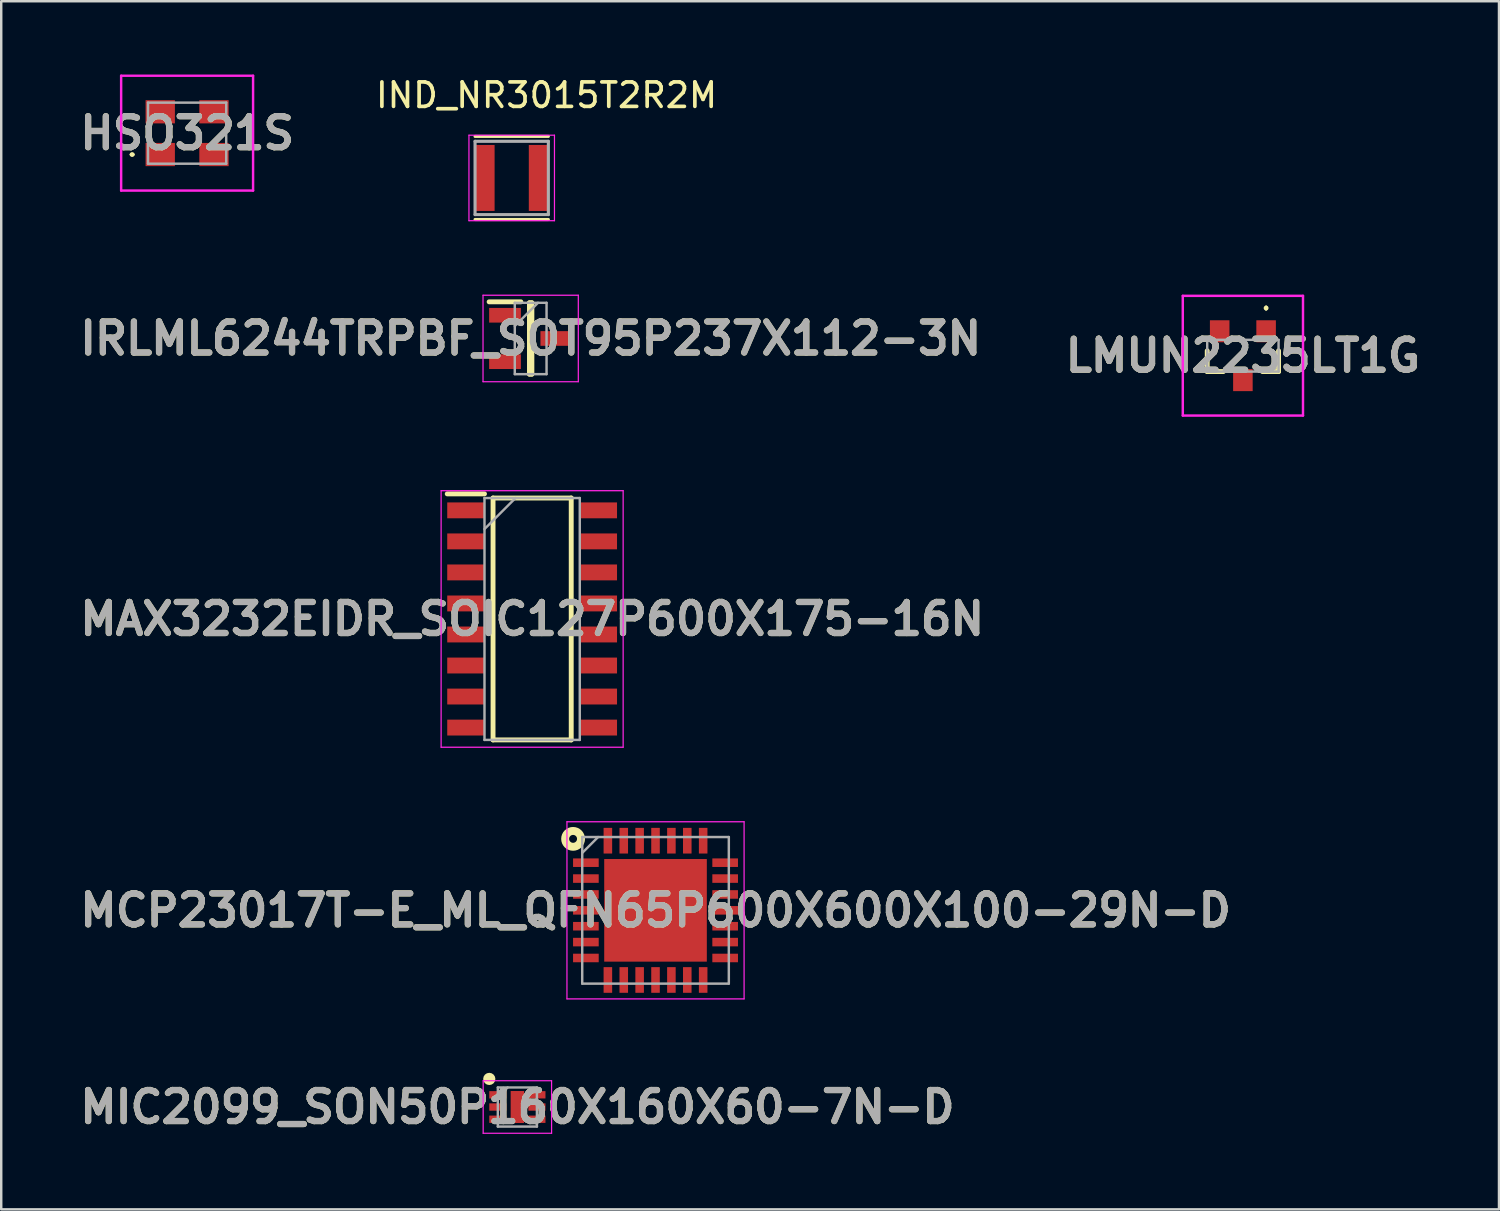
<source format=kicad_pcb>
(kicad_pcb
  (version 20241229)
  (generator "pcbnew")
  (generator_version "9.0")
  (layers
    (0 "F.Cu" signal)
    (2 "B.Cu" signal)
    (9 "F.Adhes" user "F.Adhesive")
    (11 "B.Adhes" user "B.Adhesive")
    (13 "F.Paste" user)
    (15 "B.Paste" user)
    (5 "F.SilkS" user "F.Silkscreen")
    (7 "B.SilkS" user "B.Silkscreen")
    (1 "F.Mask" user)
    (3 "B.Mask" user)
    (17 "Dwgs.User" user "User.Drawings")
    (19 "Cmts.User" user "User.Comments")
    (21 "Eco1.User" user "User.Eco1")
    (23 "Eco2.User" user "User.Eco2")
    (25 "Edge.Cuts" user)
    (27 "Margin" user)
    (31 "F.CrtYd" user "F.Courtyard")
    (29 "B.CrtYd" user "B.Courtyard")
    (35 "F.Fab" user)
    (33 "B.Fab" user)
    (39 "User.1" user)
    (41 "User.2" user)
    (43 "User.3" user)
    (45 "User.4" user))
  (footprint "IND_NR3015T2R2M"
    (layer "F.Cu")
    (at 17.893 4.233)
    (property "Reference" "IND_NR3015T2R2M" (at 1.425 -3.385 0) (layer "F.SilkS") (effects (font (size 1 1) (thickness 0.15))))
    (attr smd)
    (fp_line (start 1.5 -1.7) (end -1.5 -1.7) (stroke (width 0.127) (type solid)) (layer "F.SilkS"))
    (fp_line (start 1.5 1.7) (end -1.5 1.7) (stroke (width 0.127) (type solid)) (layer "F.SilkS"))
    (fp_line (start -1.75 -1.75) (end -1.75 1.75) (stroke (width 0.05) (type solid)) (layer "F.CrtYd"))
    (fp_line (start -1.75 1.75) (end 1.75 1.75) (stroke (width 0.05) (type solid)) (layer "F.CrtYd"))
    (fp_line (start 1.75 -1.75) (end -1.75 -1.75) (stroke (width 0.05) (type solid)) (layer "F.CrtYd"))
    (fp_line (start 1.75 1.75) (end 1.75 -1.75) (stroke (width 0.05) (type solid)) (layer "F.CrtYd"))
    (fp_line (start -1.5 -1.5) (end -1.5 1.5) (stroke (width 0.127) (type solid)) (layer "F.Fab"))
    (fp_line (start -1.5 1.5) (end 1.5 1.5) (stroke (width 0.127) (type solid)) (layer "F.Fab"))
    (fp_line (start 1.5 -1.5) (end -1.5 -1.5) (stroke (width 0.127) (type solid)) (layer "F.Fab"))
    (fp_line (start 1.5 1.5) (end 1.5 -1.5) (stroke (width 0.127) (type solid)) (layer "F.Fab"))
    (pad "1" smd rect (at -1.1 0) (size 0.8 2.7) (layers "F.Cu" "F.Mask" "F.Paste"))
    (pad "2" smd rect (at 1.1 0) (size 0.8 2.7) (layers "F.Cu" "F.Mask" "F.Paste")))
  (footprint "MIC2099_SON50P160X160X60-7N-D"
    (layer "F.Cu")
    (at 18.125 42.258)
    (property "Reference" "MIC2099_SON50P160X160X60-7N-D" (at 0 0 0) (layer "F.SilkS") (effects (font (size 1.27 1.27) (thickness 0.254))))
    (attr smd)
    (fp_circle (center -1.15 -1.15) (end -1.15 -1.025) (stroke (width 0.25) (type solid)) (fill no) (layer "F.SilkS"))
    (fp_line (start -1.4 -1.075) (end 1.4 -1.075) (stroke (width 0.05) (type solid)) (layer "F.CrtYd"))
    (fp_line (start -1.4 1.075) (end -1.4 -1.075) (stroke (width 0.05) (type solid)) (layer "F.CrtYd"))
    (fp_line (start 1.4 -1.075) (end 1.4 1.075) (stroke (width 0.05) (type solid)) (layer "F.CrtYd"))
    (fp_line (start 1.4 1.075) (end -1.4 1.075) (stroke (width 0.05) (type solid)) (layer "F.CrtYd"))
    (fp_line (start -0.8 -0.8) (end 0.8 -0.8) (stroke (width 0.1) (type solid)) (layer "F.Fab"))
    (fp_line (start -0.8 -0.4) (end -0.4 -0.8) (stroke (width 0.1) (type solid)) (layer "F.Fab"))
    (fp_line (start -0.8 0.8) (end -0.8 -0.8) (stroke (width 0.1) (type solid)) (layer "F.Fab"))
    (fp_line (start 0.8 -0.8) (end 0.8 0.8) (stroke (width 0.1) (type solid)) (layer "F.Fab"))
    (fp_line (start 0.8 0.8) (end -0.8 0.8) (stroke (width 0.1) (type solid)) (layer "F.Fab"))
    (fp_text user "${REFERENCE}" (at 0 0 0) (layer "F.Fab") (effects (font (size 1.27 1.27) (thickness 0.254))))
    (pad "1" smd rect (at -0.8 -0.5 90) (size 0.3 0.7) (layers "F.Cu" "F.Mask" "F.Paste"))
    (pad "2" smd rect (at -0.8 0 90) (size 0.3 0.7) (layers "F.Cu" "F.Mask" "F.Paste"))
    (pad "3" smd rect (at -0.8 0.5 90) (size 0.3 0.7) (layers "F.Cu" "F.Mask" "F.Paste"))
    (pad "4" smd rect (at 0.8 0.5 90) (size 0.3 0.7) (layers "F.Cu" "F.Mask" "F.Paste"))
    (pad "5" smd rect (at 0.8 0 90) (size 0.3 0.7) (layers "F.Cu" "F.Mask" "F.Paste"))
    (pad "6" smd rect (at 0.8 -0.5 90) (size 0.3 0.7) (layers "F.Cu" "F.Mask" "F.Paste"))
    (pad "7" smd rect (at 0 0) (size 0.55 1.31) (layers "F.Cu" "F.Mask" "F.Paste")))
  (footprint "LMUN2235LT1G"
    (layer "F.Cu")
    (at 47.819 11.508)
    (property "Reference" "LMUN2235LT1G" (at 0 0 0) (layer "F.SilkS") (effects (font (size 1.27 1.27) (thickness 0.254))))
    (attr smd)
    (fp_line (start -1.46 -0.2) (end -1.46 0.65) (stroke (width 0.2) (type solid)) (layer "F.SilkS"))
    (fp_line (start -1.46 0.65) (end -0.8 0.65) (stroke (width 0.2) (type solid)) (layer "F.SilkS"))
    (fp_line (start 0.95 -2) (end 0.95 -2) (stroke (width 0.1) (type solid)) (layer "F.SilkS"))
    (fp_line (start 0.95 -1.9) (end 0.95 -1.9) (stroke (width 0.1) (type solid)) (layer "F.SilkS"))
    (fp_line (start 1.46 -0.2) (end 1.46 0.65) (stroke (width 0.2) (type solid)) (layer "F.SilkS"))
    (fp_line (start 1.46 0.65) (end 0.8 0.65) (stroke (width 0.2) (type solid)) (layer "F.SilkS"))
    (fp_arc (start 0.95 -2) (mid 1 -1.95) (end 0.95 -1.9) (stroke (width 0.1) (type solid)) (layer "F.SilkS"))
    (fp_arc (start 0.95 -1.9) (mid 0.9 -1.95) (end 0.95 -2) (stroke (width 0.1) (type solid)) (layer "F.SilkS"))
    (fp_line (start -2.46 -2.45) (end 2.46 -2.45) (stroke (width 0.1) (type solid)) (layer "F.CrtYd"))
    (fp_line (start -2.46 2.45) (end -2.46 -2.45) (stroke (width 0.1) (type solid)) (layer "F.CrtYd"))
    (fp_line (start 2.46 -2.45) (end 2.46 2.45) (stroke (width 0.1) (type solid)) (layer "F.CrtYd"))
    (fp_line (start 2.46 2.45) (end -2.46 2.45) (stroke (width 0.1) (type solid)) (layer "F.CrtYd"))
    (fp_line (start -1.46 -0.65) (end 1.46 -0.65) (stroke (width 0.1) (type solid)) (layer "F.Fab"))
    (fp_line (start -1.46 0.65) (end -1.46 -0.65) (stroke (width 0.1) (type solid)) (layer "F.Fab"))
    (fp_line (start 1.46 -0.65) (end 1.46 0.65) (stroke (width 0.1) (type solid)) (layer "F.Fab"))
    (fp_line (start 1.46 0.65) (end -1.46 0.65) (stroke (width 0.1) (type solid)) (layer "F.Fab"))
    (fp_text user "${REFERENCE}" (at 0 0 0) (layer "F.Fab") (effects (font (size 1.27 1.27) (thickness 0.254))))
    (pad "1" smd rect (at 0.95 -1) (size 0.8 0.9) (layers "F.Cu" "F.Mask" "F.Paste"))
    (pad "2" smd rect (at -0.95 -1) (size 0.8 0.9) (layers "F.Cu" "F.Mask" "F.Paste"))
    (pad "3" smd rect (at 0 1) (size 0.8 0.9) (layers "F.Cu" "F.Mask" "F.Paste")))
  (footprint "MCP23017T-E_ML_QFN65P600X600X100-29N-D"
    (layer "F.Cu")
    (at 23.779 34.208)
    (property "Reference" "MCP23017T-E_ML_QFN65P600X600X100-29N-D" (at 0 0 0) (layer "F.SilkS") (effects (font (size 1.27 1.27) (thickness 0.254))))
    (attr smd)
    (fp_circle (center -3.374 -2.925) (end -3.374 -2.763) (stroke (width 0.325) (type solid)) (fill no) (layer "F.SilkS"))
    (fp_line (start -3.625 -3.625) (end 3.625 -3.625) (stroke (width 0.05) (type solid)) (layer "F.CrtYd"))
    (fp_line (start -3.625 3.625) (end -3.625 -3.625) (stroke (width 0.05) (type solid)) (layer "F.CrtYd"))
    (fp_line (start 3.625 -3.625) (end 3.625 3.625) (stroke (width 0.05) (type solid)) (layer "F.CrtYd"))
    (fp_line (start 3.625 3.625) (end -3.625 3.625) (stroke (width 0.05) (type solid)) (layer "F.CrtYd"))
    (fp_line (start -3 -3) (end 3 -3) (stroke (width 0.1) (type solid)) (layer "F.Fab"))
    (fp_line (start -3 -2.35) (end -2.35 -3) (stroke (width 0.1) (type solid)) (layer "F.Fab"))
    (fp_line (start -3 3) (end -3 -3) (stroke (width 0.1) (type solid)) (layer "F.Fab"))
    (fp_line (start 3 -3) (end 3 3) (stroke (width 0.1) (type solid)) (layer "F.Fab"))
    (fp_line (start 3 3) (end -3 3) (stroke (width 0.1) (type solid)) (layer "F.Fab"))
    (fp_text user "${REFERENCE}" (at 0 0 0) (layer "F.Fab") (effects (font (size 1.27 1.27) (thickness 0.254))))
    (pad "1" smd rect (at -2.85 -1.95 90) (size 0.35 1.05) (layers "F.Cu" "F.Mask" "F.Paste"))
    (pad "2" smd rect (at -2.85 -1.3 90) (size 0.35 1.05) (layers "F.Cu" "F.Mask" "F.Paste"))
    (pad "3" smd rect (at -2.85 -0.65 90) (size 0.35 1.05) (layers "F.Cu" "F.Mask" "F.Paste"))
    (pad "4" smd rect (at -2.85 0 90) (size 0.35 1.05) (layers "F.Cu" "F.Mask" "F.Paste"))
    (pad "5" smd rect (at -2.85 0.65 90) (size 0.35 1.05) (layers "F.Cu" "F.Mask" "F.Paste"))
    (pad "6" smd rect (at -2.85 1.3 90) (size 0.35 1.05) (layers "F.Cu" "F.Mask" "F.Paste"))
    (pad "7" smd rect (at -2.85 1.95 90) (size 0.35 1.05) (layers "F.Cu" "F.Mask" "F.Paste"))
    (pad "8" smd rect (at -1.95 2.85) (size 0.35 1.05) (layers "F.Cu" "F.Mask" "F.Paste"))
    (pad "9" smd rect (at -1.3 2.85) (size 0.35 1.05) (layers "F.Cu" "F.Mask" "F.Paste"))
    (pad "10" smd rect (at -0.65 2.85) (size 0.35 1.05) (layers "F.Cu" "F.Mask" "F.Paste"))
    (pad "11" smd rect (at 0 2.85) (size 0.35 1.05) (layers "F.Cu" "F.Mask" "F.Paste"))
    (pad "12" smd rect (at 0.65 2.85) (size 0.35 1.05) (layers "F.Cu" "F.Mask" "F.Paste"))
    (pad "13" smd rect (at 1.3 2.85) (size 0.35 1.05) (layers "F.Cu" "F.Mask" "F.Paste"))
    (pad "14" smd rect (at 1.95 2.85) (size 0.35 1.05) (layers "F.Cu" "F.Mask" "F.Paste"))
    (pad "15" smd rect (at 2.85 1.95 90) (size 0.35 1.05) (layers "F.Cu" "F.Mask" "F.Paste"))
    (pad "16" smd rect (at 2.85 1.3 90) (size 0.35 1.05) (layers "F.Cu" "F.Mask" "F.Paste"))
    (pad "17" smd rect (at 2.85 0.65 90) (size 0.35 1.05) (layers "F.Cu" "F.Mask" "F.Paste"))
    (pad "18" smd rect (at 2.85 0 90) (size 0.35 1.05) (layers "F.Cu" "F.Mask" "F.Paste"))
    (pad "19" smd rect (at 2.85 -0.65 90) (size 0.35 1.05) (layers "F.Cu" "F.Mask" "F.Paste"))
    (pad "20" smd rect (at 2.85 -1.3 90) (size 0.35 1.05) (layers "F.Cu" "F.Mask" "F.Paste"))
    (pad "21" smd rect (at 2.85 -1.95 90) (size 0.35 1.05) (layers "F.Cu" "F.Mask" "F.Paste"))
    (pad "22" smd rect (at 1.95 -2.85) (size 0.35 1.05) (layers "F.Cu" "F.Mask" "F.Paste"))
    (pad "23" smd rect (at 1.3 -2.85) (size 0.35 1.05) (layers "F.Cu" "F.Mask" "F.Paste"))
    (pad "24" smd rect (at 0.65 -2.85) (size 0.35 1.05) (layers "F.Cu" "F.Mask" "F.Paste"))
    (pad "25" smd rect (at 0 -2.85) (size 0.35 1.05) (layers "F.Cu" "F.Mask" "F.Paste"))
    (pad "26" smd rect (at -0.65 -2.85) (size 0.35 1.05) (layers "F.Cu" "F.Mask" "F.Paste"))
    (pad "27" smd rect (at -1.3 -2.85) (size 0.35 1.05) (layers "F.Cu" "F.Mask" "F.Paste"))
    (pad "28" smd rect (at -1.95 -2.85) (size 0.35 1.05) (layers "F.Cu" "F.Mask" "F.Paste"))
    (pad "29" smd rect (at 0 0) (size 4.2 4.2) (layers "F.Cu" "F.Mask" "F.Paste")))
  (footprint "IRLML6244TRPBF_SOT95P237X112-3N"
    (layer "F.Cu")
    (at 18.669 10.803)
    (property "Reference" "IRLML6244TRPBF_SOT95P237X112-3N" (at 0 0 0) (layer "F.SilkS") (effects (font (size 1.27 1.27) (thickness 0.254))))
    (attr smd)
    (fp_line (start -1.7 -1.5) (end -0.4 -1.5) (stroke (width 0.2) (type solid)) (layer "F.SilkS"))
    (fp_line (start -0.05 -1.46) (end 0.05 -1.46) (stroke (width 0.2) (type solid)) (layer "F.SilkS"))
    (fp_line (start -0.05 1.46) (end -0.05 -1.46) (stroke (width 0.2) (type solid)) (layer "F.SilkS"))
    (fp_line (start 0.05 -1.46) (end 0.05 1.46) (stroke (width 0.2) (type solid)) (layer "F.SilkS"))
    (fp_line (start 0.05 1.46) (end -0.05 1.46) (stroke (width 0.2) (type solid)) (layer "F.SilkS"))
    (fp_line (start -1.95 -1.77) (end 1.95 -1.77) (stroke (width 0.05) (type solid)) (layer "F.CrtYd"))
    (fp_line (start -1.95 1.77) (end -1.95 -1.77) (stroke (width 0.05) (type solid)) (layer "F.CrtYd"))
    (fp_line (start 1.95 -1.77) (end 1.95 1.77) (stroke (width 0.05) (type solid)) (layer "F.CrtYd"))
    (fp_line (start 1.95 1.77) (end -1.95 1.77) (stroke (width 0.05) (type solid)) (layer "F.CrtYd"))
    (fp_line (start -0.65 -1.46) (end 0.65 -1.46) (stroke (width 0.1) (type solid)) (layer "F.Fab"))
    (fp_line (start -0.65 -0.51) (end 0.3 -1.46) (stroke (width 0.1) (type solid)) (layer "F.Fab"))
    (fp_line (start -0.65 1.46) (end -0.65 -1.46) (stroke (width 0.1) (type solid)) (layer "F.Fab"))
    (fp_line (start 0.65 -1.46) (end 0.65 1.46) (stroke (width 0.1) (type solid)) (layer "F.Fab"))
    (fp_line (start 0.65 1.46) (end -0.65 1.46) (stroke (width 0.1) (type solid)) (layer "F.Fab"))
    (fp_text user "${REFERENCE}" (at 0 0 0) (layer "F.Fab") (effects (font (size 1.27 1.27) (thickness 0.254))))
    (pad "1" smd rect (at -1.05 -0.95 90) (size 0.6 1.3) (layers "F.Cu" "F.Mask" "F.Paste"))
    (pad "2" smd rect (at -1.05 0.95 90) (size 0.6 1.3) (layers "F.Cu" "F.Mask" "F.Paste"))
    (pad "3" smd rect (at 1.05 0 90) (size 0.6 1.3) (layers "F.Cu" "F.Mask" "F.Paste")))
  (footprint "MAX3232EIDR_SOIC127P600X175-16N"
    (layer "F.Cu")
    (at 18.729 22.283)
    (property "Reference" "MAX3232EIDR_SOIC127P600X175-16N" (at 0 0 0) (layer "F.SilkS") (effects (font (size 1.27 1.27) (thickness 0.254))))
    (attr smd)
    (fp_line (start -3.475 -5.12) (end -1.95 -5.12) (stroke (width 0.2) (type solid)) (layer "F.SilkS"))
    (fp_line (start -1.6 -4.95) (end 1.6 -4.95) (stroke (width 0.2) (type solid)) (layer "F.SilkS"))
    (fp_line (start -1.6 4.95) (end -1.6 -4.95) (stroke (width 0.2) (type solid)) (layer "F.SilkS"))
    (fp_line (start 1.6 -4.95) (end 1.6 4.95) (stroke (width 0.2) (type solid)) (layer "F.SilkS"))
    (fp_line (start 1.6 4.95) (end -1.6 4.95) (stroke (width 0.2) (type solid)) (layer "F.SilkS"))
    (fp_line (start -3.725 -5.25) (end 3.725 -5.25) (stroke (width 0.05) (type solid)) (layer "F.CrtYd"))
    (fp_line (start -3.725 5.25) (end -3.725 -5.25) (stroke (width 0.05) (type solid)) (layer "F.CrtYd"))
    (fp_line (start 3.725 -5.25) (end 3.725 5.25) (stroke (width 0.05) (type solid)) (layer "F.CrtYd"))
    (fp_line (start 3.725 5.25) (end -3.725 5.25) (stroke (width 0.05) (type solid)) (layer "F.CrtYd"))
    (fp_line (start -1.95 -4.95) (end 1.95 -4.95) (stroke (width 0.1) (type solid)) (layer "F.Fab"))
    (fp_line (start -1.95 -3.68) (end -0.68 -4.95) (stroke (width 0.1) (type solid)) (layer "F.Fab"))
    (fp_line (start -1.95 4.95) (end -1.95 -4.95) (stroke (width 0.1) (type solid)) (layer "F.Fab"))
    (fp_line (start 1.95 -4.95) (end 1.95 4.95) (stroke (width 0.1) (type solid)) (layer "F.Fab"))
    (fp_line (start 1.95 4.95) (end -1.95 4.95) (stroke (width 0.1) (type solid)) (layer "F.Fab"))
    (fp_text user "${REFERENCE}" (at 0 0 0) (layer "F.Fab") (effects (font (size 1.27 1.27) (thickness 0.254))))
    (pad "1" smd rect (at -2.712 -4.445 90) (size 0.65 1.525) (layers "F.Cu" "F.Mask" "F.Paste"))
    (pad "2" smd rect (at -2.712 -3.175 90) (size 0.65 1.525) (layers "F.Cu" "F.Mask" "F.Paste"))
    (pad "3" smd rect (at -2.712 -1.905 90) (size 0.65 1.525) (layers "F.Cu" "F.Mask" "F.Paste"))
    (pad "4" smd rect (at -2.712 -0.635 90) (size 0.65 1.525) (layers "F.Cu" "F.Mask" "F.Paste"))
    (pad "5" smd rect (at -2.712 0.635 90) (size 0.65 1.525) (layers "F.Cu" "F.Mask" "F.Paste"))
    (pad "6" smd rect (at -2.712 1.905 90) (size 0.65 1.525) (layers "F.Cu" "F.Mask" "F.Paste"))
    (pad "7" smd rect (at -2.712 3.175 90) (size 0.65 1.525) (layers "F.Cu" "F.Mask" "F.Paste"))
    (pad "8" smd rect (at -2.712 4.445 90) (size 0.65 1.525) (layers "F.Cu" "F.Mask" "F.Paste"))
    (pad "9" smd rect (at 2.712 4.445 90) (size 0.65 1.525) (layers "F.Cu" "F.Mask" "F.Paste"))
    (pad "10" smd rect (at 2.712 3.175 90) (size 0.65 1.525) (layers "F.Cu" "F.Mask" "F.Paste"))
    (pad "11" smd rect (at 2.712 1.905 90) (size 0.65 1.525) (layers "F.Cu" "F.Mask" "F.Paste"))
    (pad "12" smd rect (at 2.712 0.635 90) (size 0.65 1.525) (layers "F.Cu" "F.Mask" "F.Paste"))
    (pad "13" smd rect (at 2.712 -0.635 90) (size 0.65 1.525) (layers "F.Cu" "F.Mask" "F.Paste"))
    (pad "14" smd rect (at 2.712 -1.905 90) (size 0.65 1.525) (layers "F.Cu" "F.Mask" "F.Paste"))
    (pad "15" smd rect (at 2.712 -3.175 90) (size 0.65 1.525) (layers "F.Cu" "F.Mask" "F.Paste"))
    (pad "16" smd rect (at 2.712 -4.445 90) (size 0.65 1.525) (layers "F.Cu" "F.Mask" "F.Paste")))
  (footprint "HSO321S"
    (layer "F.Cu")
    (at 4.608 2.4)
    (property "Reference" "HSO321S" (at 0 0 0) (layer "F.SilkS") (effects (font (size 1.27 1.27) (thickness 0.254))))
    (attr smd)
    (fp_line (start -2.3 0.875) (end -2.3 0.875) (stroke (width 0.1) (type solid)) (layer "F.SilkS"))
    (fp_line (start -2.2 0.875) (end -2.2 0.875) (stroke (width 0.1) (type solid)) (layer "F.SilkS"))
    (fp_arc (start -2.3 0.875) (mid -2.25 0.825) (end -2.2 0.875) (stroke (width 0.1) (type solid)) (layer "F.SilkS"))
    (fp_arc (start -2.2 0.875) (mid -2.25 0.925) (end -2.3 0.875) (stroke (width 0.1) (type solid)) (layer "F.SilkS"))
    (fp_line (start -2.7 -2.35) (end -2.7 2.35) (stroke (width 0.1) (type solid)) (layer "F.CrtYd"))
    (fp_line (start -2.7 2.35) (end 2.7 2.35) (stroke (width 0.1) (type solid)) (layer "F.CrtYd"))
    (fp_line (start 2.7 -2.35) (end -2.7 -2.35) (stroke (width 0.1) (type solid)) (layer "F.CrtYd"))
    (fp_line (start 2.7 2.35) (end 2.7 -2.35) (stroke (width 0.1) (type solid)) (layer "F.CrtYd"))
    (fp_line (start -1.6 -1.25) (end -1.6 1.25) (stroke (width 0.1) (type solid)) (layer "F.Fab"))
    (fp_line (start -1.6 1.25) (end 1.6 1.25) (stroke (width 0.1) (type solid)) (layer "F.Fab"))
    (fp_line (start 1.6 -1.25) (end -1.6 -1.25) (stroke (width 0.1) (type solid)) (layer "F.Fab"))
    (fp_line (start 1.6 1.25) (end 1.6 -1.25) (stroke (width 0.1) (type solid)) (layer "F.Fab"))
    (fp_text user "${REFERENCE}" (at 0 0 0) (layer "F.Fab") (effects (font (size 1.27 1.27) (thickness 0.254))))
    (pad "1" smd rect (at -1.1 0.875 90) (size 0.95 1.2) (layers "F.Cu" "F.Mask" "F.Paste"))
    (pad "2" smd rect (at 1.1 0.875 90) (size 0.95 1.2) (layers "F.Cu" "F.Mask" "F.Paste"))
    (pad "3" smd rect (at 1.1 -0.875 90) (size 0.95 1.2) (layers "F.Cu" "F.Mask" "F.Paste"))
    (pad "4" smd rect (at -1.1 -0.875 90) (size 0.95 1.2) (layers "F.Cu" "F.Mask" "F.Paste")))
  (gr_rect
    (start -3 -3)
    (end 58.3 46.447)
    (stroke (width 0.1) (type default))
    (fill no)
    (layer "Edge.Cuts")))
</source>
